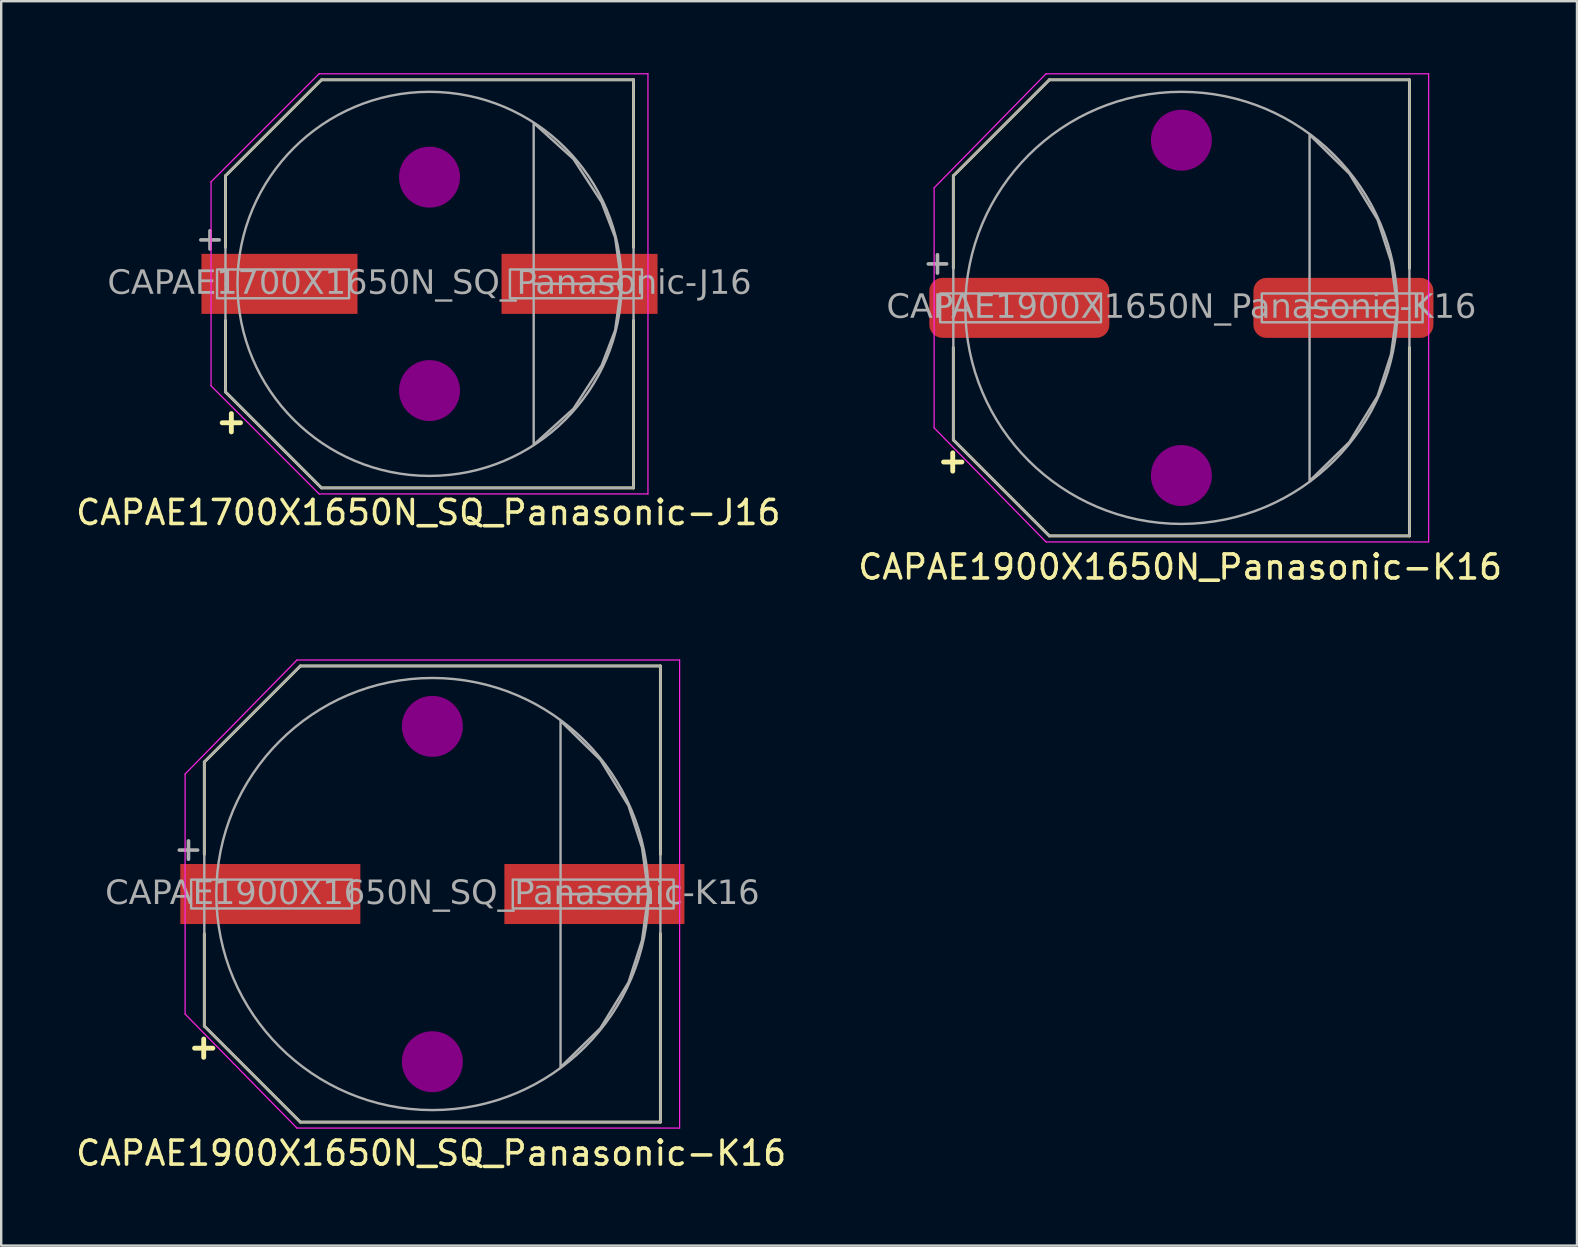
<source format=kicad_pcb>
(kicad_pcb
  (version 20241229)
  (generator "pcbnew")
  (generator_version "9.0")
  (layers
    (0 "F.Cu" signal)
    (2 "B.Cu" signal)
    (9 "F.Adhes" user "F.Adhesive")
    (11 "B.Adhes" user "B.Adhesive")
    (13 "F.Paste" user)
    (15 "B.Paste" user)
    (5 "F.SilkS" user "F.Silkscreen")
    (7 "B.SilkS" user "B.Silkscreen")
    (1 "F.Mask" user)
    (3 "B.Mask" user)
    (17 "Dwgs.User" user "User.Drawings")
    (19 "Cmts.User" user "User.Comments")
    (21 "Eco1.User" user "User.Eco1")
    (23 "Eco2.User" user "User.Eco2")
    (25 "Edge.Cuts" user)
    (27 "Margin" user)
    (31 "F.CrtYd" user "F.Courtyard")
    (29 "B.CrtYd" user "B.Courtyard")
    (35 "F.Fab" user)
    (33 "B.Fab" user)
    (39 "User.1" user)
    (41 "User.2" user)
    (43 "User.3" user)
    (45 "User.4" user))
  (footprint "CAPAE1900X1650N_Panasonic-K16"
    (layer "F.Cu")
    (at 46.163 9.775)
    (property "Reference" "CAPAE1900X1650N_Panasonic-K16" (at -0.05 10.795 0) (layer "F.SilkS") (effects (font (size 1 1) (thickness 0.15))))
    (attr smd)
    (fp_line (start -9.5 -5.5) (end -5.502 -9.498) (stroke (width 0.12) (type default)) (layer "F.SilkS"))
    (fp_line (start -9.5 -1.651) (end -9.5 -5.5) (stroke (width 0.12) (type default)) (layer "F.SilkS"))
    (fp_line (start -9.5 1.651) (end -9.5 5.5) (stroke (width 0.12) (type default)) (layer "F.SilkS"))
    (fp_line (start -9.5 5.5) (end -5.502 9.498) (stroke (width 0.12) (type default)) (layer "F.SilkS"))
    (fp_line (start -5.5 -9.5) (end 9.5 -9.5) (stroke (width 0.12) (type solid)) (layer "F.SilkS"))
    (fp_line (start -5.5 9.5) (end 9.5 9.5) (stroke (width 0.12) (type solid)) (layer "F.SilkS"))
    (fp_line (start 9.5 -1.651) (end 9.5 -9.5) (stroke (width 0.12) (type solid)) (layer "F.SilkS"))
    (fp_line (start 9.5 1.651) (end 9.5 9.5) (stroke (width 0.12) (type solid)) (layer "F.SilkS"))
    (fp_circle (center 0 -6.985) (end 1.27 -6.985) (stroke (width 0) (type solid)) (fill yes) (layer "F.Adhes"))
    (fp_circle (center 0 6.985) (end 1.27 6.985) (stroke (width 0) (type solid)) (fill yes) (layer "F.Adhes"))
    (fp_line (start -10.3 -5) (end -10.3 0) (stroke (width 0.05) (type solid)) (layer "F.CrtYd"))
    (fp_line (start -10.3 5) (end -10.3 0) (stroke (width 0.05) (type solid)) (layer "F.CrtYd"))
    (fp_line (start -5.64 -9.75) (end -10.3 -5) (stroke (width 0.05) (type default)) (layer "F.CrtYd"))
    (fp_line (start -5.64 -9.75) (end 10.3 -9.75) (stroke (width 0.05) (type solid)) (layer "F.CrtYd"))
    (fp_line (start -5.64 9.75) (end -10.3 5) (stroke (width 0.05) (type default)) (layer "F.CrtYd"))
    (fp_line (start -5.64 9.75) (end 10.3 9.75) (stroke (width 0.05) (type solid)) (layer "F.CrtYd"))
    (fp_line (start 10.3 -9.75) (end 10.3 0) (stroke (width 0.05) (type solid)) (layer "F.CrtYd"))
    (fp_line (start 10.3 9.75) (end 10.3 0) (stroke (width 0.05) (type solid)) (layer "F.CrtYd"))
    (fp_line (start -9.5 -5.5) (end -9.5 0) (stroke (width 0.1) (type solid)) (layer "F.Fab"))
    (fp_line (start -9.5 -5.5) (end -5.5 -9.5) (stroke (width 0.1) (type default)) (layer "F.Fab"))
    (fp_line (start -9.5 5.5) (end -9.5 0) (stroke (width 0.1) (type solid)) (layer "F.Fab"))
    (fp_line (start -9.5 5.5) (end -5.5 9.5) (stroke (width 0.1) (type default)) (layer "F.Fab"))
    (fp_line (start -5.5 -9.5) (end 9.5 -9.5) (stroke (width 0.1) (type solid)) (layer "F.Fab"))
    (fp_line (start -5.5 9.5) (end 9.5 9.5) (stroke (width 0.1) (type solid)) (layer "F.Fab"))
    (fp_line (start 9.5 -9.5) (end 9.5 0) (stroke (width 0.1) (type solid)) (layer "F.Fab"))
    (fp_line (start 9.5 9.5) (end 9.5 0) (stroke (width 0.1) (type solid)) (layer "F.Fab"))
    (fp_rect (start -10.05 0.6) (end -3.35 -0.6) (stroke (width 0.1) (type solid)) (fill no) (layer "F.Fab"))
    (fp_rect (start 3.35 0.6) (end 10.05 -0.6) (stroke (width 0.1) (type solid)) (fill no) (layer "F.Fab"))
    (fp_circle (center 0 0) (end 9 0) (stroke (width 0.1) (type default)) (fill no) (layer "F.Fab"))
    (fp_poly (pts (xy 5.34 -7.21) (xy 6.997 -5.59) (xy 8.17 -3.68) (xy 8.733 -1.933) (xy 9 0) (xy 5.34 0)) (stroke (width 0.1) (type solid)) (fill no) (layer "F.Fab"))
    (fp_poly (pts (xy 5.34 7.21) (xy 6.997 5.59) (xy 8.17 3.68) (xy 8.733 1.933) (xy 9 0) (xy 5.34 0)) (stroke (width 0.1) (type solid)) (fill no) (layer "F.Fab"))
    (fp_text user "+" (at -9.525 6.35 0) (unlocked yes) (layer "F.SilkS") (effects (font (size 1 1) (thickness 0.203) (bold yes))))
    (fp_text user "${REFERENCE}" (at 0 0 0) (layer "F.Fab") (effects (font (face "Tahoma") (size 1 1) (thickness 0.15))))
    (fp_text user "+" (at -10.16 -1.905 0) (unlocked yes) (layer "F.Fab") (effects (font (size 1 1) (thickness 0.152))))
    (pad "1" smd roundrect (at -6.75 0) (size 7.5 2.5) (layers "F.Cu" "F.Mask" "F.Paste") (roundrect_rratio 0.217))
    (pad "2" smd roundrect (at 6.75 0) (size 7.5 2.5) (layers "F.Cu" "F.Mask" "F.Paste") (roundrect_rratio 0.217)))
  (footprint "CAPAE1700X1650N_SQ_Panasonic-J16"
    (layer "F.Cu")
    (at 14.842 8.775)
    (property "Reference" "CAPAE1700X1650N_SQ_Panasonic-J16" (at -0.05 9.525 0) (layer "F.SilkS") (effects (font (size 1 1) (thickness 0.15))))
    (attr smd)
    (fp_line (start -8.5 -1.524) (end -8.5 -4.5) (stroke (width 0.12) (type default)) (layer "F.SilkS"))
    (fp_line (start -8.5 1.524) (end -8.5 4.5) (stroke (width 0.12) (type default)) (layer "F.SilkS"))
    (fp_line (start -8.498 -4.502) (end -4.5 -8.5) (stroke (width 0.12) (type default)) (layer "F.SilkS"))
    (fp_line (start -8.498 4.502) (end -4.5 8.5) (stroke (width 0.12) (type default)) (layer "F.SilkS"))
    (fp_line (start -4.49 -8.5) (end 8.5 -8.5) (stroke (width 0.12) (type solid)) (layer "F.SilkS"))
    (fp_line (start -4.49 8.5) (end 8.5 8.5) (stroke (width 0.12) (type solid)) (layer "F.SilkS"))
    (fp_line (start 8.5 -1.524) (end 8.5 -8.5) (stroke (width 0.12) (type solid)) (layer "F.SilkS"))
    (fp_line (start 8.5 1.524) (end 8.5 8.5) (stroke (width 0.12) (type solid)) (layer "F.SilkS"))
    (fp_circle (center 0 -4.445) (end 1.27 -4.445) (stroke (width 0) (type solid)) (fill yes) (layer "F.Adhes"))
    (fp_circle (center 0 4.445) (end 1.27 4.445) (stroke (width 0) (type solid)) (fill yes) (layer "F.Adhes"))
    (fp_line (start -9.1 -4.25) (end -9.1 0) (stroke (width 0.05) (type solid)) (layer "F.CrtYd"))
    (fp_line (start -9.1 4.25) (end -9.1 0) (stroke (width 0.05) (type solid)) (layer "F.CrtYd"))
    (fp_line (start -4.6 -8.75) (end -9.1 -4.25) (stroke (width 0.05) (type default)) (layer "F.CrtYd"))
    (fp_line (start -4.6 -8.75) (end 9.1 -8.75) (stroke (width 0.05) (type solid)) (layer "F.CrtYd"))
    (fp_line (start -4.6 8.75) (end -9.1 4.25) (stroke (width 0.05) (type default)) (layer "F.CrtYd"))
    (fp_line (start -4.6 8.75) (end 9.1 8.75) (stroke (width 0.05) (type solid)) (layer "F.CrtYd"))
    (fp_line (start 9.1 -8.75) (end 9.1 0) (stroke (width 0.05) (type solid)) (layer "F.CrtYd"))
    (fp_line (start 9.1 8.75) (end 9.1 0) (stroke (width 0.05) (type solid)) (layer "F.CrtYd"))
    (fp_line (start -8.5 -4.5) (end -8.5 0) (stroke (width 0.1) (type solid)) (layer "F.Fab"))
    (fp_line (start -8.5 -4.5) (end -4.5 -8.5) (stroke (width 0.1) (type default)) (layer "F.Fab"))
    (fp_line (start -8.5 4.5) (end -8.5 0) (stroke (width 0.1) (type solid)) (layer "F.Fab"))
    (fp_line (start -8.5 4.5) (end -4.5 8.5) (stroke (width 0.1) (type default)) (layer "F.Fab"))
    (fp_line (start -4.5 -8.5) (end 8.5 -8.5) (stroke (width 0.1) (type solid)) (layer "F.Fab"))
    (fp_line (start -4.5 8.5) (end 8.5 8.5) (stroke (width 0.1) (type solid)) (layer "F.Fab"))
    (fp_line (start 8.5 -8.5) (end 8.5 0) (stroke (width 0.1) (type solid)) (layer "F.Fab"))
    (fp_line (start 8.5 8.5) (end 8.5 0) (stroke (width 0.1) (type solid)) (layer "F.Fab"))
    (fp_rect (start -8.85 0.6) (end -3.35 -0.6) (stroke (width 0.1) (type solid)) (fill no) (layer "F.Fab"))
    (fp_rect (start 3.35 0.6) (end 8.85 -0.6) (stroke (width 0.1) (type solid)) (fill no) (layer "F.Fab"))
    (fp_circle (center 0 0) (end 8 0) (stroke (width 0.1) (type default)) (fill no) (layer "F.Fab"))
    (fp_poly (pts (xy 4.34 -6.7) (xy 5.997 -5.2) (xy 7.17 -3.4) (xy 7.733 -1.933) (xy 8 0) (xy 4.34 0)) (stroke (width 0.1) (type solid)) (fill no) (layer "F.Fab"))
    (fp_poly (pts (xy 4.34 6.7) (xy 5.997 5.2) (xy 7.17 3.4) (xy 7.733 1.933) (xy 8 0) (xy 4.34 0)) (stroke (width 0.1) (type solid)) (fill no) (layer "F.Fab"))
    (fp_text user "+" (at -8.255 5.715 0) (unlocked yes) (layer "F.SilkS") (effects (font (size 1 1) (thickness 0.203) (bold yes))))
    (fp_text user "${REFERENCE}" (at 0 0 0) (layer "F.Fab") (effects (font (face "Tahoma") (size 1 1) (thickness 0.15))))
    (fp_text user "+" (at -9.144 -1.905 0) (unlocked yes) (layer "F.Fab") (effects (font (size 1 1) (thickness 0.152))))
    (pad "1" smd rect (at -6.25 0) (size 6.5 2.5) (layers "F.Cu" "F.Mask" "F.Paste"))
    (pad "2" smd rect (at 6.25 0) (size 6.5 2.5) (layers "F.Cu" "F.Mask" "F.Paste")))
  (footprint "CAPAE1900X1650N_SQ_Panasonic-K16"
    (layer "F.Cu")
    (at 14.961 34.193)
    (property "Reference" "CAPAE1900X1650N_SQ_Panasonic-K16" (at -0.05 10.795 0) (layer "F.SilkS") (effects (font (size 1 1) (thickness 0.15))))
    (attr smd)
    (fp_line (start -9.5 -5.5) (end -5.502 -9.498) (stroke (width 0.12) (type default)) (layer "F.SilkS"))
    (fp_line (start -9.5 -1.651) (end -9.5 -5.5) (stroke (width 0.12) (type default)) (layer "F.SilkS"))
    (fp_line (start -9.5 1.651) (end -9.5 5.5) (stroke (width 0.12) (type default)) (layer "F.SilkS"))
    (fp_line (start -9.5 5.5) (end -5.502 9.498) (stroke (width 0.12) (type default)) (layer "F.SilkS"))
    (fp_line (start -5.5 -9.5) (end 9.5 -9.5) (stroke (width 0.12) (type solid)) (layer "F.SilkS"))
    (fp_line (start -5.5 9.5) (end 9.5 9.5) (stroke (width 0.12) (type solid)) (layer "F.SilkS"))
    (fp_line (start 9.5 -1.651) (end 9.5 -9.5) (stroke (width 0.12) (type solid)) (layer "F.SilkS"))
    (fp_line (start 9.5 1.651) (end 9.5 9.5) (stroke (width 0.12) (type solid)) (layer "F.SilkS"))
    (fp_circle (center 0 -6.985) (end 1.27 -6.985) (stroke (width 0) (type solid)) (fill yes) (layer "F.Adhes"))
    (fp_circle (center 0 6.985) (end 1.27 6.985) (stroke (width 0) (type solid)) (fill yes) (layer "F.Adhes"))
    (fp_line (start -10.3 -5) (end -10.3 0) (stroke (width 0.05) (type solid)) (layer "F.CrtYd"))
    (fp_line (start -10.3 5) (end -10.3 0) (stroke (width 0.05) (type solid)) (layer "F.CrtYd"))
    (fp_line (start -5.64 -9.75) (end -10.3 -5) (stroke (width 0.05) (type default)) (layer "F.CrtYd"))
    (fp_line (start -5.64 -9.75) (end 10.3 -9.75) (stroke (width 0.05) (type solid)) (layer "F.CrtYd"))
    (fp_line (start -5.64 9.75) (end -10.3 5) (stroke (width 0.05) (type default)) (layer "F.CrtYd"))
    (fp_line (start -5.64 9.75) (end 10.3 9.75) (stroke (width 0.05) (type solid)) (layer "F.CrtYd"))
    (fp_line (start 10.3 -9.75) (end 10.3 0) (stroke (width 0.05) (type solid)) (layer "F.CrtYd"))
    (fp_line (start 10.3 9.75) (end 10.3 0) (stroke (width 0.05) (type solid)) (layer "F.CrtYd"))
    (fp_line (start -9.5 -5.5) (end -9.5 0) (stroke (width 0.1) (type solid)) (layer "F.Fab"))
    (fp_line (start -9.5 -5.5) (end -5.5 -9.5) (stroke (width 0.1) (type default)) (layer "F.Fab"))
    (fp_line (start -9.5 5.5) (end -9.5 0) (stroke (width 0.1) (type solid)) (layer "F.Fab"))
    (fp_line (start -9.5 5.5) (end -5.5 9.5) (stroke (width 0.1) (type default)) (layer "F.Fab"))
    (fp_line (start -5.5 -9.5) (end 9.5 -9.5) (stroke (width 0.1) (type solid)) (layer "F.Fab"))
    (fp_line (start -5.5 9.5) (end 9.5 9.5) (stroke (width 0.1) (type solid)) (layer "F.Fab"))
    (fp_line (start 9.5 -9.5) (end 9.5 0) (stroke (width 0.1) (type solid)) (layer "F.Fab"))
    (fp_line (start 9.5 9.5) (end 9.5 0) (stroke (width 0.1) (type solid)) (layer "F.Fab"))
    (fp_rect (start -10.05 0.6) (end -3.35 -0.6) (stroke (width 0.1) (type solid)) (fill no) (layer "F.Fab"))
    (fp_rect (start 3.35 0.6) (end 10.05 -0.6) (stroke (width 0.1) (type solid)) (fill no) (layer "F.Fab"))
    (fp_circle (center 0 0) (end 9 0) (stroke (width 0.1) (type default)) (fill no) (layer "F.Fab"))
    (fp_poly (pts (xy 5.34 -7.21) (xy 6.997 -5.59) (xy 8.17 -3.68) (xy 8.733 -1.933) (xy 9 0) (xy 5.34 0)) (stroke (width 0.1) (type solid)) (fill no) (layer "F.Fab"))
    (fp_poly (pts (xy 5.34 7.21) (xy 6.997 5.59) (xy 8.17 3.68) (xy 8.733 1.933) (xy 9 0) (xy 5.34 0)) (stroke (width 0.1) (type solid)) (fill no) (layer "F.Fab"))
    (fp_text user "+" (at -9.525 6.35 0) (unlocked yes) (layer "F.SilkS") (effects (font (size 1 1) (thickness 0.203) (bold yes))))
    (fp_text user "+" (at -10.16 -1.905 0) (unlocked yes) (layer "F.Fab") (effects (font (size 1 1) (thickness 0.152))))
    (fp_text user "${REFERENCE}" (at 0 0 0) (layer "F.Fab") (effects (font (face "Tahoma") (size 1 1) (thickness 0.15))))
    (pad "1" smd rect (at -6.75 0) (size 7.5 2.5) (layers "F.Cu" "F.Mask" "F.Paste"))
    (pad "2" smd rect (at 6.75 0) (size 7.5 2.5) (layers "F.Cu" "F.Mask" "F.Paste")))
  (gr_rect
    (start -3 -3)
    (end 62.643 48.837)
    (stroke (width 0.1) (type default))
    (fill no)
    (layer "Edge.Cuts")))
</source>
